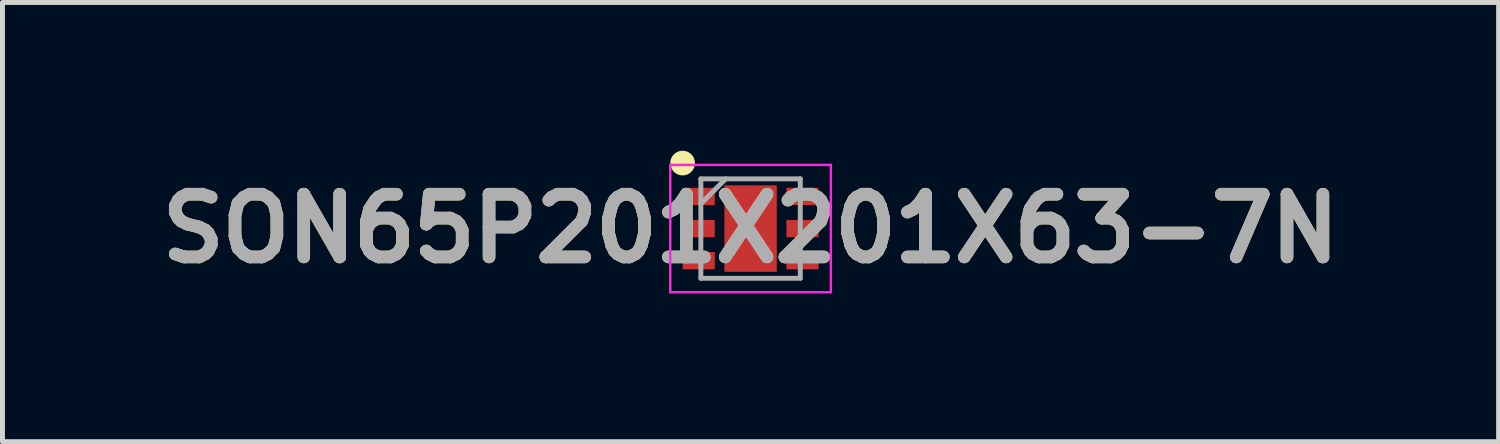
<source format=kicad_pcb>
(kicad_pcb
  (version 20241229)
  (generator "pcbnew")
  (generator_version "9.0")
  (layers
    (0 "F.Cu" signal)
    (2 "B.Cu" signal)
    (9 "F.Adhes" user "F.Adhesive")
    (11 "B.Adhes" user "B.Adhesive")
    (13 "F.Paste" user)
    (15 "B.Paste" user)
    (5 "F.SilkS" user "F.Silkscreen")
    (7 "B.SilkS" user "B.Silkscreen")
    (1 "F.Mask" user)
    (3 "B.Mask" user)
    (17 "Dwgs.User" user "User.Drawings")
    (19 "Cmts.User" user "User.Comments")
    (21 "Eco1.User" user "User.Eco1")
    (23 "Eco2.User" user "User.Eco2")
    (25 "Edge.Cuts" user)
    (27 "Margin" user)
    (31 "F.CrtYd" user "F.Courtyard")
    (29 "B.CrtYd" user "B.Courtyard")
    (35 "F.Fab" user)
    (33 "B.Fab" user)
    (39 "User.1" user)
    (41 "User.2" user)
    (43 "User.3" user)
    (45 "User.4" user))
  (footprint "SON65P201X201X63-7N"
    (layer "F.Cu")
    (at 12.138 1.575)
    (property "Reference" "SON65P201X201X63-7N" (at 0 0 0) (layer "F.SilkS") (effects (font (size 1.27 1.27) (thickness 0.254))))
    (attr smd)
    (fp_circle (center -1.375 -1.325) (end -1.375 -1.2) (stroke (width 0.25) (type solid)) (fill no) (layer "F.SilkS"))
    (fp_line (start -1.625 -1.288) (end 1.625 -1.288) (stroke (width 0.05) (type solid)) (layer "F.CrtYd"))
    (fp_line (start -1.625 1.288) (end -1.625 -1.288) (stroke (width 0.05) (type solid)) (layer "F.CrtYd"))
    (fp_line (start 1.625 -1.288) (end 1.625 1.288) (stroke (width 0.05) (type solid)) (layer "F.CrtYd"))
    (fp_line (start 1.625 1.288) (end -1.625 1.288) (stroke (width 0.05) (type solid)) (layer "F.CrtYd"))
    (fp_line (start -1.006 -1.006) (end 1.006 -1.006) (stroke (width 0.1) (type solid)) (layer "F.Fab"))
    (fp_line (start -1.006 -0.503) (end -0.503 -1.006) (stroke (width 0.1) (type solid)) (layer "F.Fab"))
    (fp_line (start -1.006 1.006) (end -1.006 -1.006) (stroke (width 0.1) (type solid)) (layer "F.Fab"))
    (fp_line (start 1.006 -1.006) (end 1.006 1.006) (stroke (width 0.1) (type solid)) (layer "F.Fab"))
    (fp_line (start 1.006 1.006) (end -1.006 1.006) (stroke (width 0.1) (type solid)) (layer "F.Fab"))
    (fp_text user "${REFERENCE}" (at 0 0 0) (layer "F.Fab") (effects (font (size 1.27 1.27) (thickness 0.254))))
    (pad "1" smd rect (at -1.05 -0.65 90) (size 0.35 0.65) (layers "F.Cu" "F.Mask" "F.Paste"))
    (pad "2" smd rect (at -1.05 0 90) (size 0.35 0.65) (layers "F.Cu" "F.Mask" "F.Paste"))
    (pad "3" smd rect (at -1.05 0.65 90) (size 0.35 0.65) (layers "F.Cu" "F.Mask" "F.Paste"))
    (pad "4" smd rect (at 1.05 0.65 90) (size 0.35 0.65) (layers "F.Cu" "F.Mask" "F.Paste"))
    (pad "5" smd rect (at 1.05 0 90) (size 0.35 0.65) (layers "F.Cu" "F.Mask" "F.Paste"))
    (pad "6" smd rect (at 1.05 -0.65 90) (size 0.35 0.65) (layers "F.Cu" "F.Mask" "F.Paste"))
    (pad "7" smd rect (at 0 0) (size 1.06 1.75) (layers "F.Cu" "F.Mask" "F.Paste")))
  (gr_rect
    (start -3 -3)
    (end 27.275 5.888)
    (stroke (width 0.1) (type default))
    (fill no)
    (layer "Edge.Cuts")))
</source>
